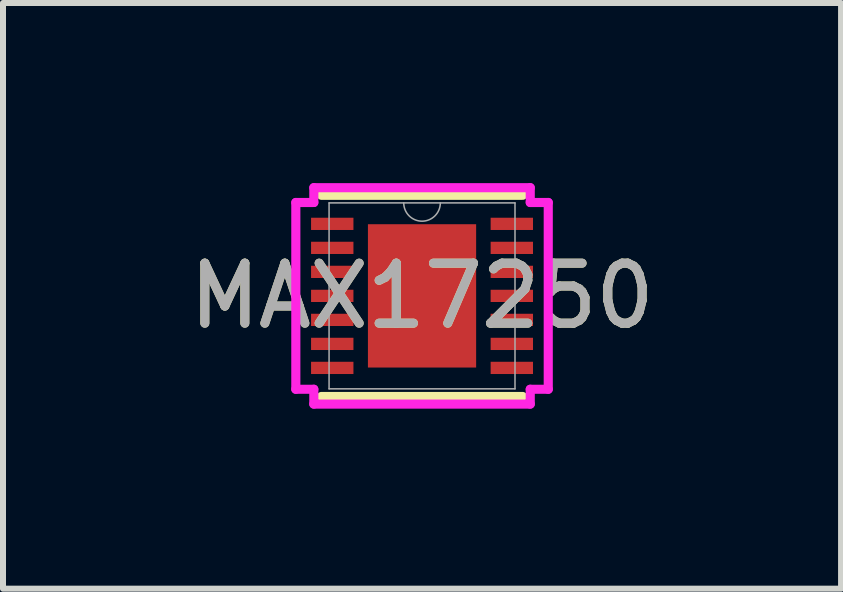
<source format=kicad_pcb>
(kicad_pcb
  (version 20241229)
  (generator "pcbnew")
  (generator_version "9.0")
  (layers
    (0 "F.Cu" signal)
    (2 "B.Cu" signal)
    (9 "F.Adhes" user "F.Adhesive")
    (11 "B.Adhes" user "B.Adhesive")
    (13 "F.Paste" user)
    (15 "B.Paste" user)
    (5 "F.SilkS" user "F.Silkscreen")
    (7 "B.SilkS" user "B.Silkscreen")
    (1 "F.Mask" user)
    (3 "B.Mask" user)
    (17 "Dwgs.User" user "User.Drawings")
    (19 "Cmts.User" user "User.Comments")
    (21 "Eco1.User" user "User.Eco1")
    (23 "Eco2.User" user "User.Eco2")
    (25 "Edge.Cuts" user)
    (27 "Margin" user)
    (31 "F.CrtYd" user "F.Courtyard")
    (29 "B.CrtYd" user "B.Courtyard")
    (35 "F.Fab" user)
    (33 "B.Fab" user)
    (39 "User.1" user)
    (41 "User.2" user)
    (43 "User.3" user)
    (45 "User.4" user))
  (footprint "MAX17250"
    (layer "F.Cu")
    (at 3.982 1.88)
    (property "Reference" "MAX17250" (at 0 0 0) (unlocked yes) (layer "F.SilkS") (effects (font (size 1 1) (thickness 0.15))))
    (attr smd)
    (fp_line (start -1.676 1.676) (end 1.676 1.676) (stroke (width 0.152) (type solid)) (layer "F.SilkS"))
    (fp_line (start 1.676 -1.676) (end -1.676 -1.676) (stroke (width 0.152) (type solid)) (layer "F.SilkS"))
    (fp_line (start -2.103 -1.556) (end -1.803 -1.556) (stroke (width 0.152) (type solid)) (layer "F.CrtYd"))
    (fp_line (start -2.103 1.556) (end -2.103 -1.556) (stroke (width 0.152) (type solid)) (layer "F.CrtYd"))
    (fp_line (start -2.103 1.556) (end -1.803 1.556) (stroke (width 0.152) (type solid)) (layer "F.CrtYd"))
    (fp_line (start -1.803 -1.803) (end 1.803 -1.803) (stroke (width 0.152) (type solid)) (layer "F.CrtYd"))
    (fp_line (start -1.803 -1.556) (end -1.803 -1.803) (stroke (width 0.152) (type solid)) (layer "F.CrtYd"))
    (fp_line (start -1.803 1.803) (end -1.803 1.556) (stroke (width 0.152) (type solid)) (layer "F.CrtYd"))
    (fp_line (start 1.803 -1.803) (end 1.803 -1.556) (stroke (width 0.152) (type solid)) (layer "F.CrtYd"))
    (fp_line (start 1.803 1.556) (end 1.803 1.803) (stroke (width 0.152) (type solid)) (layer "F.CrtYd"))
    (fp_line (start 1.803 1.803) (end -1.803 1.803) (stroke (width 0.152) (type solid)) (layer "F.CrtYd"))
    (fp_line (start 2.103 -1.556) (end 1.803 -1.556) (stroke (width 0.152) (type solid)) (layer "F.CrtYd"))
    (fp_line (start 2.103 -1.556) (end 2.103 1.556) (stroke (width 0.152) (type solid)) (layer "F.CrtYd"))
    (fp_line (start 2.103 1.556) (end 1.803 1.556) (stroke (width 0.152) (type solid)) (layer "F.CrtYd"))
    (fp_line (start -1.549 -1.549) (end -1.549 1.549) (stroke (width 0.025) (type solid)) (layer "F.Fab"))
    (fp_line (start -1.549 1.549) (end 1.549 1.549) (stroke (width 0.025) (type solid)) (layer "F.Fab"))
    (fp_line (start 1.549 -1.549) (end -1.549 -1.549) (stroke (width 0.025) (type solid)) (layer "F.Fab"))
    (fp_line (start 1.549 1.549) (end 1.549 -1.549) (stroke (width 0.025) (type solid)) (layer "F.Fab"))
    (fp_arc (start 0.3048 -1.5494) (mid 0 -1.2446) (end -0.3048 -1.5494) (stroke (width 0.0254) (type solid)) (layer "F.Fab"))
    (fp_text user "${REFERENCE}" (at 0 0 0) (unlocked yes) (layer "F.Fab") (effects (font (size 1 1) (thickness 0.15))))
    (pad "1" smd rect (at -1.496 -1.2) (size 0.706 0.204) (layers "F.Cu" "F.Mask" "F.Paste"))
    (pad "2" smd rect (at -1.496 -0.8) (size 0.706 0.204) (layers "F.Cu" "F.Mask" "F.Paste"))
    (pad "3" smd rect (at -1.496 -0.4) (size 0.706 0.204) (layers "F.Cu" "F.Mask" "F.Paste"))
    (pad "4" smd rect (at -1.496 0) (size 0.706 0.204) (layers "F.Cu" "F.Mask" "F.Paste"))
    (pad "5" smd rect (at -1.496 0.4) (size 0.706 0.204) (layers "F.Cu" "F.Mask" "F.Paste"))
    (pad "6" smd rect (at -1.496 0.8) (size 0.706 0.204) (layers "F.Cu" "F.Mask" "F.Paste"))
    (pad "7" smd rect (at -1.496 1.2) (size 0.706 0.204) (layers "F.Cu" "F.Mask" "F.Paste"))
    (pad "8" smd rect (at 1.496 1.2) (size 0.706 0.204) (layers "F.Cu" "F.Mask" "F.Paste"))
    (pad "9" smd rect (at 1.496 0.8) (size 0.706 0.204) (layers "F.Cu" "F.Mask" "F.Paste"))
    (pad "10" smd rect (at 1.496 0.4) (size 0.706 0.204) (layers "F.Cu" "F.Mask" "F.Paste"))
    (pad "11" smd rect (at 1.496 0) (size 0.706 0.204) (layers "F.Cu" "F.Mask" "F.Paste"))
    (pad "12" smd rect (at 1.496 -0.4) (size 0.706 0.204) (layers "F.Cu" "F.Mask" "F.Paste"))
    (pad "13" smd rect (at 1.496 -0.8) (size 0.706 0.204) (layers "F.Cu" "F.Mask" "F.Paste"))
    (pad "14" smd rect (at 1.496 -1.2) (size 0.706 0.204) (layers "F.Cu" "F.Mask" "F.Paste"))
    (pad "15" smd rect (at 0 0) (size 1.803 2.388) (layers "F.Cu" "F.Mask" "F.Paste")))
  (gr_rect
    (start -3 -3)
    (end 10.964 6.759)
    (stroke (width 0.1) (type default))
    (fill no)
    (layer "Edge.Cuts")))
</source>
